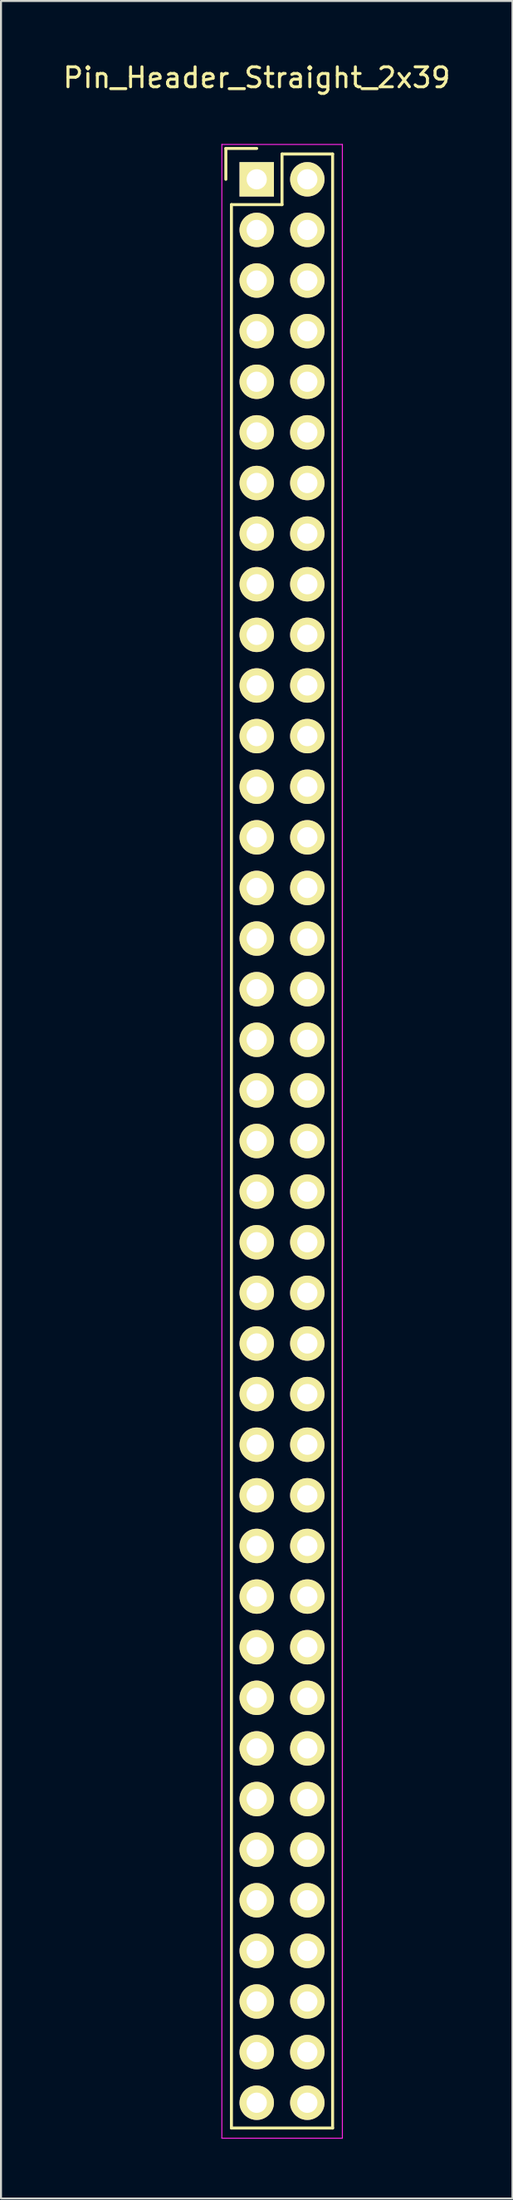
<source format=kicad_pcb>
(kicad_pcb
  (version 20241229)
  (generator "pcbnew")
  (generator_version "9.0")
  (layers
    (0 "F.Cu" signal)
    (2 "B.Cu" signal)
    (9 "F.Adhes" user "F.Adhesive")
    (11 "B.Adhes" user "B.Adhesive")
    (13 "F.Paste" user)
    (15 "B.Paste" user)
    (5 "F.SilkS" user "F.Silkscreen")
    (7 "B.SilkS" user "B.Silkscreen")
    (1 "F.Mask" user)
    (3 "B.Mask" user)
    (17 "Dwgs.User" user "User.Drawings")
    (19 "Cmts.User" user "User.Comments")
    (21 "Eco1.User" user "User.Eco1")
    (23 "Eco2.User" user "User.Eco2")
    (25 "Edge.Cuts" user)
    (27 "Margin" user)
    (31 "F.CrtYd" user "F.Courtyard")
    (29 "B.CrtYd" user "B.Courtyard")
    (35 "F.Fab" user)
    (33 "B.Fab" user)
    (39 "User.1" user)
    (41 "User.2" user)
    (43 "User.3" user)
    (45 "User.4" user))
  (footprint "Pin_Header_Straight_2x39"
    (layer "F.Cu")
    (at 9.839 5.948)
    (property "Reference" "Pin_Header_Straight_2x39" (at 0 -5.1 0) (layer "F.SilkS") (effects (font (size 1 1) (thickness 0.15))))
    (attr through_hole)
    (fp_line (start -1.55 -1.55) (end -1.55 0) (stroke (width 0.15) (type solid)) (layer "F.SilkS"))
    (fp_line (start -1.27 97.79) (end -1.27 1.27) (stroke (width 0.15) (type solid)) (layer "F.SilkS"))
    (fp_line (start 0 -1.55) (end -1.55 -1.55) (stroke (width 0.15) (type solid)) (layer "F.SilkS"))
    (fp_line (start 1.27 -1.27) (end 1.27 1.27) (stroke (width 0.15) (type solid)) (layer "F.SilkS"))
    (fp_line (start 1.27 1.27) (end -1.27 1.27) (stroke (width 0.15) (type solid)) (layer "F.SilkS"))
    (fp_line (start 3.81 -1.27) (end 1.27 -1.27) (stroke (width 0.15) (type solid)) (layer "F.SilkS"))
    (fp_line (start 3.81 -1.27) (end 3.81 97.79) (stroke (width 0.15) (type solid)) (layer "F.SilkS"))
    (fp_line (start 3.81 97.79) (end -1.27 97.79) (stroke (width 0.15) (type solid)) (layer "F.SilkS"))
    (fp_line (start -1.75 -1.75) (end -1.75 98.3) (stroke (width 0.05) (type solid)) (layer "F.CrtYd"))
    (fp_line (start -1.75 -1.75) (end 4.3 -1.75) (stroke (width 0.05) (type solid)) (layer "F.CrtYd"))
    (fp_line (start -1.75 98.3) (end 4.3 98.3) (stroke (width 0.05) (type solid)) (layer "F.CrtYd"))
    (fp_line (start 4.3 -1.75) (end 4.3 98.3) (stroke (width 0.05) (type solid)) (layer "F.CrtYd"))
    (pad "1" thru_hole rect (at 0 0) (size 1.727 1.727) (drill 1.016) (layers "*.Cu" "*.Mask" "F.SilkS"))
    (pad "2" thru_hole oval (at 2.54 0) (size 1.727 1.727) (drill 1.016) (layers "*.Cu" "*.Mask" "F.SilkS"))
    (pad "3" thru_hole oval (at 0 2.54) (size 1.727 1.727) (drill 1.016) (layers "*.Cu" "*.Mask" "F.SilkS"))
    (pad "4" thru_hole oval (at 2.54 2.54) (size 1.727 1.727) (drill 1.016) (layers "*.Cu" "*.Mask" "F.SilkS"))
    (pad "5" thru_hole oval (at 0 5.08) (size 1.727 1.727) (drill 1.016) (layers "*.Cu" "*.Mask" "F.SilkS"))
    (pad "6" thru_hole oval (at 2.54 5.08) (size 1.727 1.727) (drill 1.016) (layers "*.Cu" "*.Mask" "F.SilkS"))
    (pad "7" thru_hole oval (at 0 7.62) (size 1.727 1.727) (drill 1.016) (layers "*.Cu" "*.Mask" "F.SilkS"))
    (pad "8" thru_hole oval (at 2.54 7.62) (size 1.727 1.727) (drill 1.016) (layers "*.Cu" "*.Mask" "F.SilkS"))
    (pad "9" thru_hole oval (at 0 10.16) (size 1.727 1.727) (drill 1.016) (layers "*.Cu" "*.Mask" "F.SilkS"))
    (pad "10" thru_hole oval (at 2.54 10.16) (size 1.727 1.727) (drill 1.016) (layers "*.Cu" "*.Mask" "F.SilkS"))
    (pad "11" thru_hole oval (at 0 12.7) (size 1.727 1.727) (drill 1.016) (layers "*.Cu" "*.Mask" "F.SilkS"))
    (pad "12" thru_hole oval (at 2.54 12.7) (size 1.727 1.727) (drill 1.016) (layers "*.Cu" "*.Mask" "F.SilkS"))
    (pad "13" thru_hole oval (at 0 15.24) (size 1.727 1.727) (drill 1.016) (layers "*.Cu" "*.Mask" "F.SilkS"))
    (pad "14" thru_hole oval (at 2.54 15.24) (size 1.727 1.727) (drill 1.016) (layers "*.Cu" "*.Mask" "F.SilkS"))
    (pad "15" thru_hole oval (at 0 17.78) (size 1.727 1.727) (drill 1.016) (layers "*.Cu" "*.Mask" "F.SilkS"))
    (pad "16" thru_hole oval (at 2.54 17.78) (size 1.727 1.727) (drill 1.016) (layers "*.Cu" "*.Mask" "F.SilkS"))
    (pad "17" thru_hole oval (at 0 20.32) (size 1.727 1.727) (drill 1.016) (layers "*.Cu" "*.Mask" "F.SilkS"))
    (pad "18" thru_hole oval (at 2.54 20.32) (size 1.727 1.727) (drill 1.016) (layers "*.Cu" "*.Mask" "F.SilkS"))
    (pad "19" thru_hole oval (at 0 22.86) (size 1.727 1.727) (drill 1.016) (layers "*.Cu" "*.Mask" "F.SilkS"))
    (pad "20" thru_hole oval (at 2.54 22.86) (size 1.727 1.727) (drill 1.016) (layers "*.Cu" "*.Mask" "F.SilkS"))
    (pad "21" thru_hole oval (at 0 25.4) (size 1.727 1.727) (drill 1.016) (layers "*.Cu" "*.Mask" "F.SilkS"))
    (pad "22" thru_hole oval (at 2.54 25.4) (size 1.727 1.727) (drill 1.016) (layers "*.Cu" "*.Mask" "F.SilkS"))
    (pad "23" thru_hole oval (at 0 27.94) (size 1.727 1.727) (drill 1.016) (layers "*.Cu" "*.Mask" "F.SilkS"))
    (pad "24" thru_hole oval (at 2.54 27.94) (size 1.727 1.727) (drill 1.016) (layers "*.Cu" "*.Mask" "F.SilkS"))
    (pad "25" thru_hole oval (at 0 30.48) (size 1.727 1.727) (drill 1.016) (layers "*.Cu" "*.Mask" "F.SilkS"))
    (pad "26" thru_hole oval (at 2.54 30.48) (size 1.727 1.727) (drill 1.016) (layers "*.Cu" "*.Mask" "F.SilkS"))
    (pad "27" thru_hole oval (at 0 33.02) (size 1.727 1.727) (drill 1.016) (layers "*.Cu" "*.Mask" "F.SilkS"))
    (pad "28" thru_hole oval (at 2.54 33.02) (size 1.727 1.727) (drill 1.016) (layers "*.Cu" "*.Mask" "F.SilkS"))
    (pad "29" thru_hole oval (at 0 35.56) (size 1.727 1.727) (drill 1.016) (layers "*.Cu" "*.Mask" "F.SilkS"))
    (pad "30" thru_hole oval (at 2.54 35.56) (size 1.727 1.727) (drill 1.016) (layers "*.Cu" "*.Mask" "F.SilkS"))
    (pad "31" thru_hole oval (at 0 38.1) (size 1.727 1.727) (drill 1.016) (layers "*.Cu" "*.Mask" "F.SilkS"))
    (pad "32" thru_hole oval (at 2.54 38.1) (size 1.727 1.727) (drill 1.016) (layers "*.Cu" "*.Mask" "F.SilkS"))
    (pad "33" thru_hole oval (at 0 40.64) (size 1.727 1.727) (drill 1.016) (layers "*.Cu" "*.Mask" "F.SilkS"))
    (pad "34" thru_hole oval (at 2.54 40.64) (size 1.727 1.727) (drill 1.016) (layers "*.Cu" "*.Mask" "F.SilkS"))
    (pad "35" thru_hole oval (at 0 43.18) (size 1.727 1.727) (drill 1.016) (layers "*.Cu" "*.Mask" "F.SilkS"))
    (pad "36" thru_hole oval (at 2.54 43.18) (size 1.727 1.727) (drill 1.016) (layers "*.Cu" "*.Mask" "F.SilkS"))
    (pad "37" thru_hole oval (at 0 45.72) (size 1.727 1.727) (drill 1.016) (layers "*.Cu" "*.Mask" "F.SilkS"))
    (pad "38" thru_hole oval (at 2.54 45.72) (size 1.727 1.727) (drill 1.016) (layers "*.Cu" "*.Mask" "F.SilkS"))
    (pad "39" thru_hole oval (at 0 48.26) (size 1.727 1.727) (drill 1.016) (layers "*.Cu" "*.Mask" "F.SilkS"))
    (pad "40" thru_hole oval (at 2.54 48.26) (size 1.727 1.727) (drill 1.016) (layers "*.Cu" "*.Mask" "F.SilkS"))
    (pad "41" thru_hole oval (at 0 50.8) (size 1.727 1.727) (drill 1.016) (layers "*.Cu" "*.Mask" "F.SilkS"))
    (pad "42" thru_hole oval (at 2.54 50.8) (size 1.727 1.727) (drill 1.016) (layers "*.Cu" "*.Mask" "F.SilkS"))
    (pad "43" thru_hole oval (at 0 53.34) (size 1.727 1.727) (drill 1.016) (layers "*.Cu" "*.Mask" "F.SilkS"))
    (pad "44" thru_hole oval (at 2.54 53.34) (size 1.727 1.727) (drill 1.016) (layers "*.Cu" "*.Mask" "F.SilkS"))
    (pad "45" thru_hole oval (at 0 55.88) (size 1.727 1.727) (drill 1.016) (layers "*.Cu" "*.Mask" "F.SilkS"))
    (pad "46" thru_hole oval (at 2.54 55.88) (size 1.727 1.727) (drill 1.016) (layers "*.Cu" "*.Mask" "F.SilkS"))
    (pad "47" thru_hole oval (at 0 58.42) (size 1.727 1.727) (drill 1.016) (layers "*.Cu" "*.Mask" "F.SilkS"))
    (pad "48" thru_hole oval (at 2.54 58.42) (size 1.727 1.727) (drill 1.016) (layers "*.Cu" "*.Mask" "F.SilkS"))
    (pad "49" thru_hole oval (at 0 60.96) (size 1.727 1.727) (drill 1.016) (layers "*.Cu" "*.Mask" "F.SilkS"))
    (pad "50" thru_hole oval (at 2.54 60.96) (size 1.727 1.727) (drill 1.016) (layers "*.Cu" "*.Mask" "F.SilkS"))
    (pad "51" thru_hole oval (at 0 63.5) (size 1.727 1.727) (drill 1.016) (layers "*.Cu" "*.Mask" "F.SilkS"))
    (pad "52" thru_hole oval (at 2.54 63.5) (size 1.727 1.727) (drill 1.016) (layers "*.Cu" "*.Mask" "F.SilkS"))
    (pad "53" thru_hole oval (at 0 66.04) (size 1.727 1.727) (drill 1.016) (layers "*.Cu" "*.Mask" "F.SilkS"))
    (pad "54" thru_hole oval (at 2.54 66.04) (size 1.727 1.727) (drill 1.016) (layers "*.Cu" "*.Mask" "F.SilkS"))
    (pad "55" thru_hole oval (at 0 68.58) (size 1.727 1.727) (drill 1.016) (layers "*.Cu" "*.Mask" "F.SilkS"))
    (pad "56" thru_hole oval (at 2.54 68.58) (size 1.727 1.727) (drill 1.016) (layers "*.Cu" "*.Mask" "F.SilkS"))
    (pad "57" thru_hole oval (at 0 71.12) (size 1.727 1.727) (drill 1.016) (layers "*.Cu" "*.Mask" "F.SilkS"))
    (pad "58" thru_hole oval (at 2.54 71.12) (size 1.727 1.727) (drill 1.016) (layers "*.Cu" "*.Mask" "F.SilkS"))
    (pad "59" thru_hole oval (at 0 73.66) (size 1.727 1.727) (drill 1.016) (layers "*.Cu" "*.Mask" "F.SilkS"))
    (pad "60" thru_hole oval (at 2.54 73.66) (size 1.727 1.727) (drill 1.016) (layers "*.Cu" "*.Mask" "F.SilkS"))
    (pad "61" thru_hole oval (at 0 76.2) (size 1.727 1.727) (drill 1.016) (layers "*.Cu" "*.Mask" "F.SilkS"))
    (pad "62" thru_hole oval (at 2.54 76.2) (size 1.727 1.727) (drill 1.016) (layers "*.Cu" "*.Mask" "F.SilkS"))
    (pad "63" thru_hole oval (at 0 78.74) (size 1.727 1.727) (drill 1.016) (layers "*.Cu" "*.Mask" "F.SilkS"))
    (pad "64" thru_hole oval (at 2.54 78.74) (size 1.727 1.727) (drill 1.016) (layers "*.Cu" "*.Mask" "F.SilkS"))
    (pad "65" thru_hole oval (at 0 81.28) (size 1.727 1.727) (drill 1.016) (layers "*.Cu" "*.Mask" "F.SilkS"))
    (pad "66" thru_hole oval (at 2.54 81.28) (size 1.727 1.727) (drill 1.016) (layers "*.Cu" "*.Mask" "F.SilkS"))
    (pad "67" thru_hole oval (at 0 83.82) (size 1.727 1.727) (drill 1.016) (layers "*.Cu" "*.Mask" "F.SilkS"))
    (pad "68" thru_hole oval (at 2.54 83.82) (size 1.727 1.727) (drill 1.016) (layers "*.Cu" "*.Mask" "F.SilkS"))
    (pad "69" thru_hole oval (at 0 86.36) (size 1.727 1.727) (drill 1.016) (layers "*.Cu" "*.Mask" "F.SilkS"))
    (pad "70" thru_hole oval (at 2.54 86.36) (size 1.727 1.727) (drill 1.016) (layers "*.Cu" "*.Mask" "F.SilkS"))
    (pad "71" thru_hole oval (at 0 88.9) (size 1.727 1.727) (drill 1.016) (layers "*.Cu" "*.Mask" "F.SilkS"))
    (pad "72" thru_hole oval (at 2.54 88.9) (size 1.727 1.727) (drill 1.016) (layers "*.Cu" "*.Mask" "F.SilkS"))
    (pad "73" thru_hole oval (at 0 91.44) (size 1.727 1.727) (drill 1.016) (layers "*.Cu" "*.Mask" "F.SilkS"))
    (pad "74" thru_hole oval (at 2.54 91.44) (size 1.727 1.727) (drill 1.016) (layers "*.Cu" "*.Mask" "F.SilkS"))
    (pad "75" thru_hole oval (at 0 93.98) (size 1.727 1.727) (drill 1.016) (layers "*.Cu" "*.Mask" "F.SilkS"))
    (pad "76" thru_hole oval (at 2.54 93.98) (size 1.727 1.727) (drill 1.016) (layers "*.Cu" "*.Mask" "F.SilkS"))
    (pad "77" thru_hole oval (at 0 96.52) (size 1.727 1.727) (drill 1.016) (layers "*.Cu" "*.Mask" "F.SilkS"))
    (pad "78" thru_hole oval (at 2.54 96.52) (size 1.727 1.727) (drill 1.016) (layers "*.Cu" "*.Mask" "F.SilkS")))
  (gr_rect
    (start -3 -3)
    (end 22.679 107.273)
    (stroke (width 0.1) (type default))
    (fill no)
    (layer "Edge.Cuts")))
</source>
